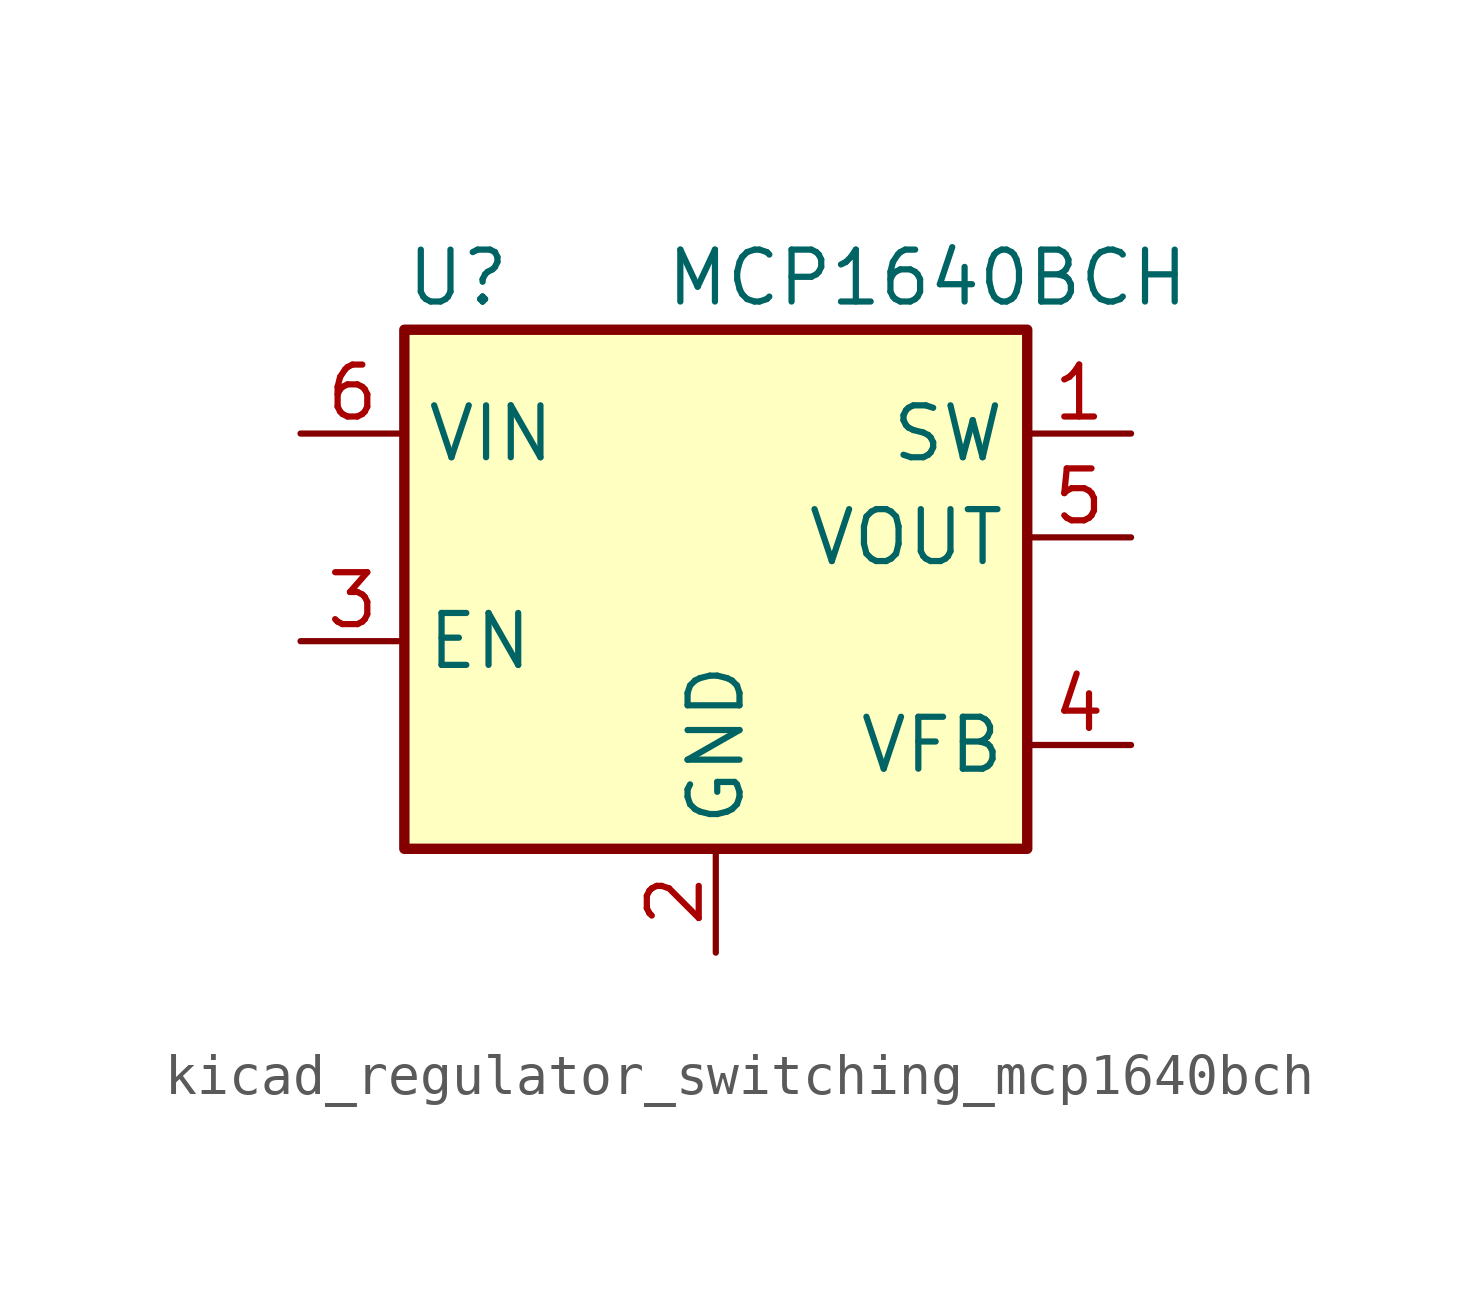
<source format=kicad_sym>
(kicad_symbol_lib
  (version 20220914)
  (generator kicad_symbol_editor)
  (symbol "kicad_regulator_switching_mcp1640bch"
    (property "Reference" "U"
      (at -7.62 8.89 0)
      (effects (font (size 1.27 1.27)) (justify left)))
    (property "Value" "MCP1640BCH"
      (at -1.27 8.89 0)
      (effects (font (size 1.27 1.27)) (justify left)))
    (symbol "kicad_regulator_switching_mcp1640bch_0_1"
      (rectangle (start -7.62 7.62) (end 7.62 -5.08) (stroke (width 0.254) (type default)) (fill (type background))))
    (symbol "kicad_regulator_switching_mcp1640bch_1_1"
      (pin input line (at 10.16 5.08 180) (length 2.54) (name "SW" (effects (font (size 1.27 1.27)))) (number "1" (effects (font (size 1.27 1.27)))))
      (pin power_in line (at 0 -7.62 90) (length 2.54) (name "GND" (effects (font (size 1.27 1.27)))) (number "2" (effects (font (size 1.27 1.27)))))
      (pin input line (at -10.16 0 0) (length 2.54) (name "EN" (effects (font (size 1.27 1.27)))) (number "3" (effects (font (size 1.27 1.27)))))
      (pin input line (at 10.16 -2.54 180) (length 2.54) (name "VFB" (effects (font (size 1.27 1.27)))) (number "4" (effects (font (size 1.27 1.27)))))
      (pin power_out line (at 10.16 2.54 180) (length 2.54) (name "VOUT" (effects (font (size 1.27 1.27)))) (number "5" (effects (font (size 1.27 1.27)))))
      (pin power_in line (at -10.16 5.08 0) (length 2.54) (name "VIN" (effects (font (size 1.27 1.27)))) (number "6" (effects (font (size 1.27 1.27))))))))
</source>
